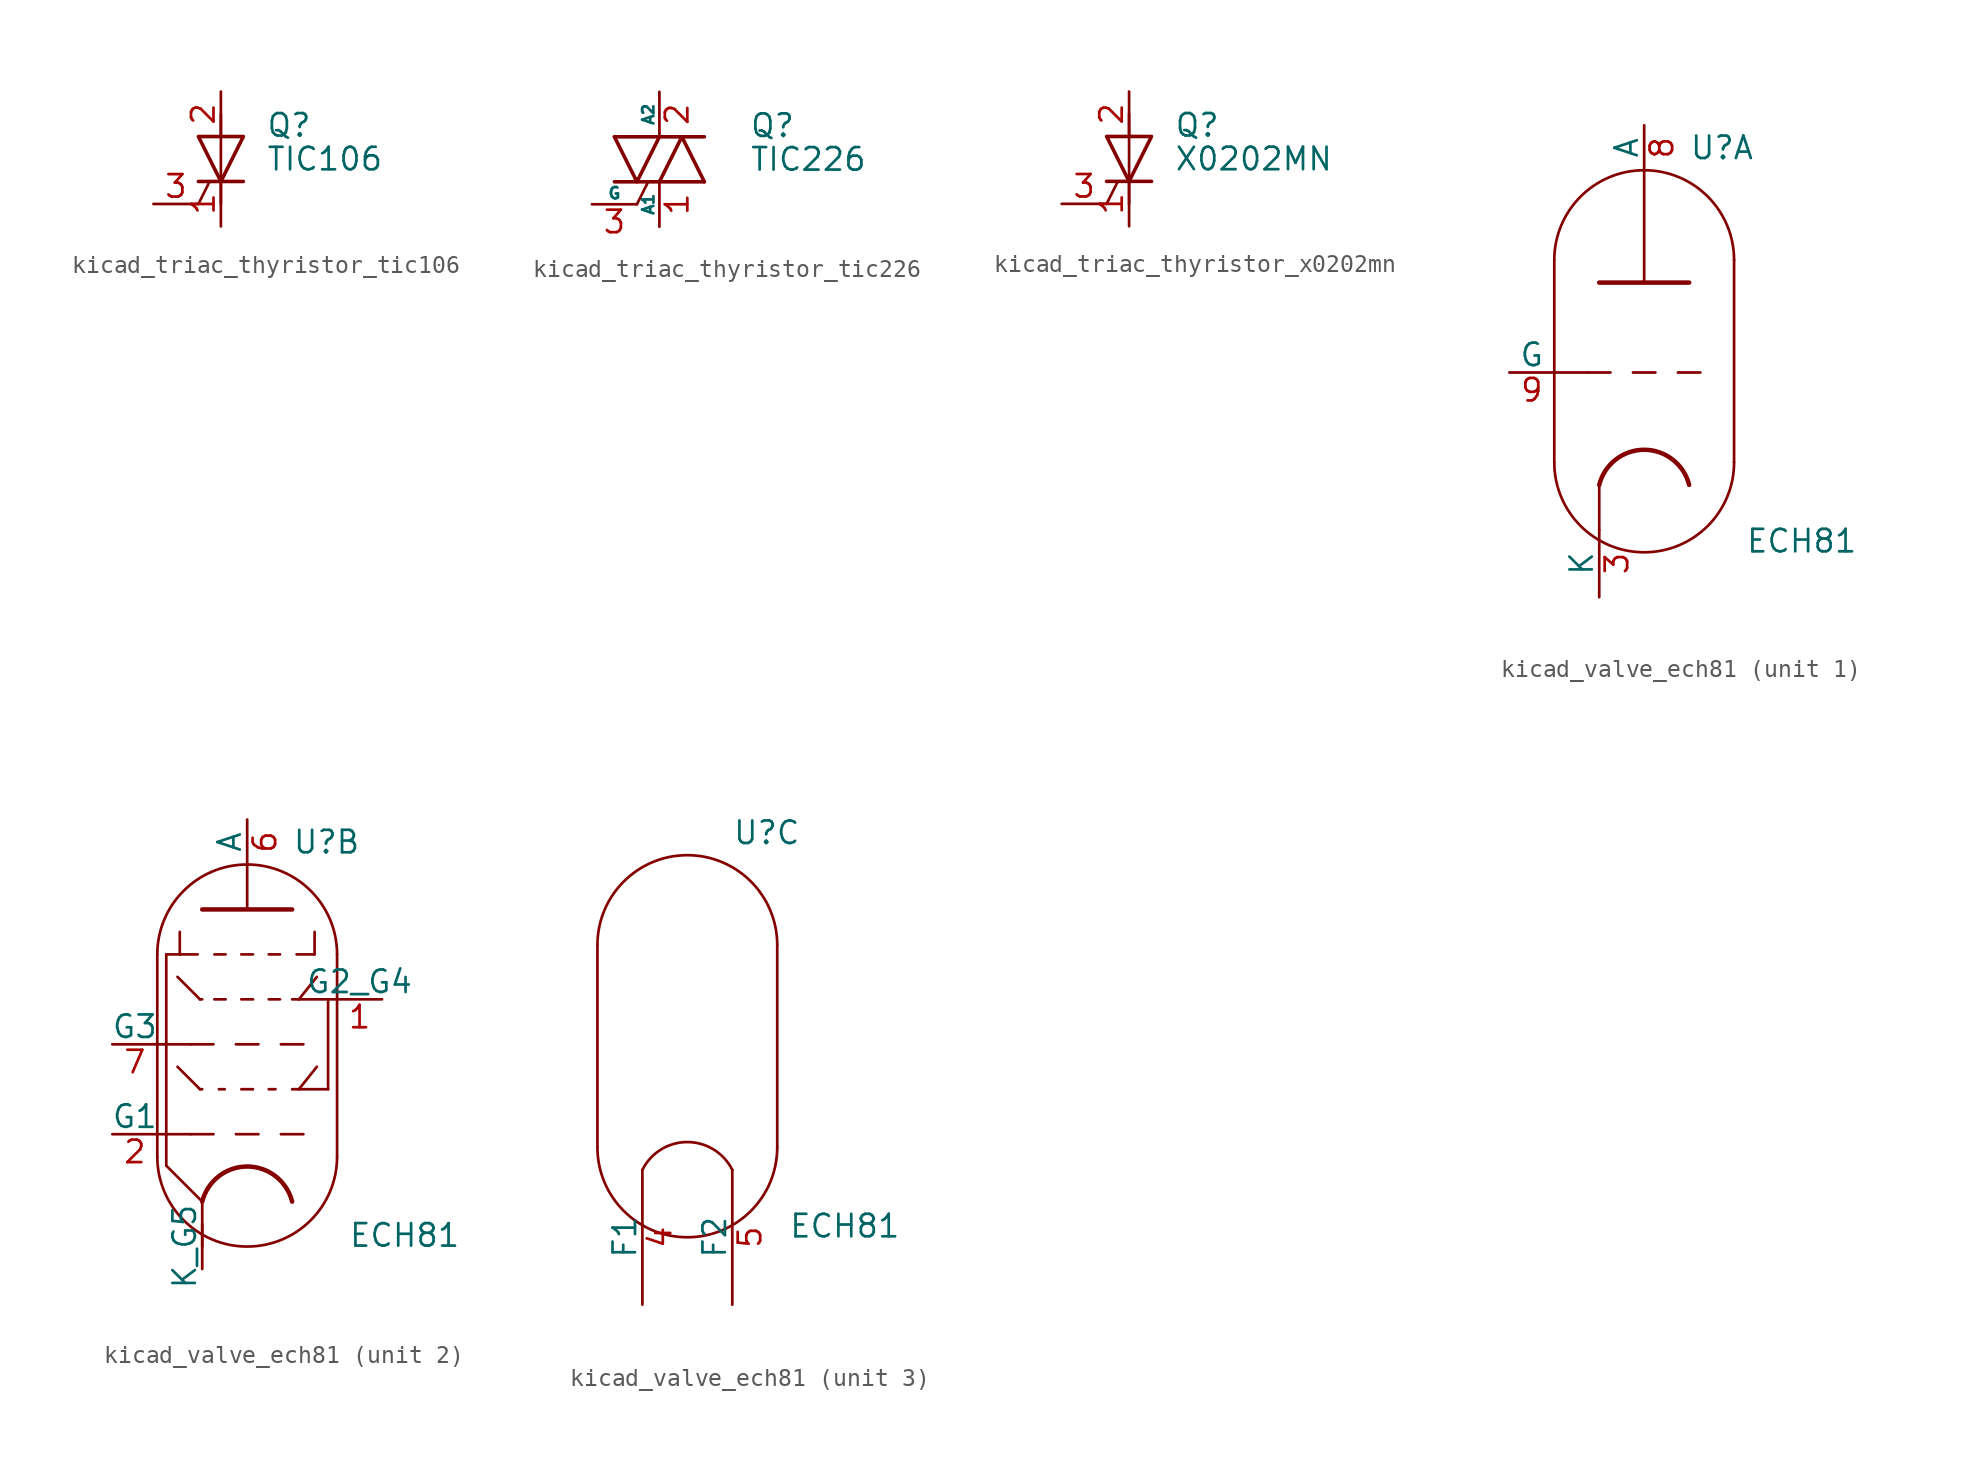
<source format=kicad_sym>
(kicad_symbol_lib
  (version 20220914)
  (generator kicad_symbol_editor)
  (symbol "kicad_triac_thyristor_tic106"
    (pin_names
      (offset 0) hide)
    (property "Reference" "Q"
      (at 2.54 1.905 0)
      (effects (font (size 1.27 1.27)) (justify left)))
    (property "Value" "TIC106"
      (at 2.54 0 0)
      (effects (font (size 1.27 1.27)) (justify left)))
    (symbol "kicad_triac_thyristor_tic106_0_1"
      (polyline (pts (xy -1.27 -2.54) (xy -0.635 -1.27)) (stroke (width 0) (type default)) (fill (type none)))
      (polyline (pts (xy -1.27 -1.27) (xy 1.27 -1.27)) (stroke (width 0.203) (type default)) (fill (type none)))
      (polyline (pts (xy 0 -2.54) (xy 0 2.54)) (stroke (width 0) (type default)) (fill (type none)))
      (polyline (pts (xy -1.27 1.27) (xy 1.27 1.27) (xy 0 -1.27) (xy -1.27 1.27)) (stroke (width 0.203) (type default)) (fill (type none))))
    (symbol "kicad_triac_thyristor_tic106_1_1"
      (pin passive line (at 0 -3.81 90) (length 2.54) (name "K" (effects (font (size 1.27 1.27)))) (number "1" (effects (font (size 1.27 1.27)))))
      (pin passive line (at 0 3.81 270) (length 2.54) (name "A" (effects (font (size 1.27 1.27)))) (number "2" (effects (font (size 1.27 1.27)))))
      (pin input line (at -3.81 -2.54 0) (length 2.54) (name "G" (effects (font (size 1.27 1.27)))) (number "3" (effects (font (size 1.27 1.27)))))))
  (symbol "kicad_triac_thyristor_tic226"
    (pin_names
      (offset 0))
    (property "Reference" "Q"
      (at 5.08 1.905 0)
      (effects (font (size 1.27 1.27)) (justify left)))
    (property "Value" "TIC226"
      (at 5.08 0 0)
      (effects (font (size 1.27 1.27)) (justify left)))
    (symbol "kicad_triac_thyristor_tic226_0_1"
      (polyline (pts (xy -2.54 -1.27) (xy 2.54 -1.27)) (stroke (width 0.203) (type default)) (fill (type none)))
      (polyline (pts (xy -2.54 1.27) (xy 2.54 1.27)) (stroke (width 0.203) (type default)) (fill (type none)))
      (polyline (pts (xy -1.27 -2.54) (xy -0.635 -1.27)) (stroke (width 0) (type default)) (fill (type none)))
      (polyline (pts (xy -2.54 1.27) (xy -1.27 -1.27) (xy 0 1.27)) (stroke (width 0.203) (type default)) (fill (type none)))
      (polyline (pts (xy 0 -1.27) (xy 1.27 1.27) (xy 2.54 -1.27)) (stroke (width 0.203) (type default)) (fill (type none))))
    (symbol "kicad_triac_thyristor_tic226_1_1"
      (pin passive line (at 0 -3.81 90) (length 2.54) (name "A1" (effects (font (size 0.635 0.635)))) (number "1" (effects (font (size 1.27 1.27)))))
      (pin passive line (at 0 3.81 270) (length 2.54) (name "A2" (effects (font (size 0.635 0.635)))) (number "2" (effects (font (size 1.27 1.27)))))
      (pin input line (at -3.81 -2.54 0) (length 2.54) (name "G" (effects (font (size 0.635 0.635)))) (number "3" (effects (font (size 1.27 1.27)))))))
  (symbol "kicad_triac_thyristor_x0202mn"
    (pin_names
      (offset 0) hide)
    (property "Reference" "Q"
      (at 2.54 1.905 0)
      (effects (font (size 1.27 1.27)) (justify left)))
    (property "Value" "X0202MN"
      (at 2.54 0 0)
      (effects (font (size 1.27 1.27)) (justify left)))
    (symbol "kicad_triac_thyristor_x0202mn_0_1"
      (polyline (pts (xy -1.27 -2.54) (xy -0.635 -1.27)) (stroke (width 0) (type default)) (fill (type none)))
      (polyline (pts (xy -1.27 -1.27) (xy 1.27 -1.27)) (stroke (width 0.203) (type default)) (fill (type none)))
      (polyline (pts (xy 0 -2.54) (xy 0 2.54)) (stroke (width 0) (type default)) (fill (type none)))
      (polyline (pts (xy -1.27 1.27) (xy 1.27 1.27) (xy 0 -1.27) (xy -1.27 1.27)) (stroke (width 0.203) (type default)) (fill (type none))))
    (symbol "kicad_triac_thyristor_x0202mn_1_1"
      (pin passive line (at 0 -3.81 90) (length 2.54) (name "K" (effects (font (size 1.27 1.27)))) (number "1" (effects (font (size 1.27 1.27)))))
      (pin passive line (at 0 3.81 270) (length 2.54) (name "A" (effects (font (size 1.27 1.27)))) (number "2" (effects (font (size 1.27 1.27)))))
      (pin input line (at -3.81 -2.54 0) (length 2.54) (name "G" (effects (font (size 1.27 1.27)))) (number "3" (effects (font (size 1.27 1.27)))))
      (pin passive line (at 0 3.81 270) (length 2.54) hide (name "A" (effects (font (size 1.27 1.27)))) (number "4" (effects (font (size 1.27 1.27)))))))
  (symbol "kicad_valve_ech81"
    (pin_names
      (offset 0))
    (property "Reference" "U"
      (at 2.54 12.7 0)
      (effects (font (size 1.27 1.27)) (justify left)))
    (property "Value" "ECH81"
      (at 5.715 -9.525 0)
      (effects (font (size 1.27 1.27)) (justify left)))
    (property "ki_locked" ""
      (at 0 0 0)
      (effects (font (size 1.27 1.27))))
    (symbol "kicad_valve_ech81_0_1"
      (arc (start -5.08 -5.08) (mid 0 -10.1379) (end 5.08 -5.08) (stroke (width 0) (type default)) (fill (type none)))
      (polyline (pts (xy -5.08 6.35) (xy -5.08 -5.08) (xy -5.08 -5.08)) (stroke (width 0) (type default)) (fill (type none)))
      (polyline (pts (xy 5.08 6.35) (xy 5.08 -5.08) (xy 5.08 -5.08)) (stroke (width 0) (type default)) (fill (type none)))
      (arc (start 5.08 6.35) (mid 0 11.4079) (end -5.08 6.35) (stroke (width 0) (type default)) (fill (type none))))
    (symbol "kicad_valve_ech81_1_0"
      (polyline (pts (xy -2.54 -6.35) (xy -2.54 -8.89)) (stroke (width 0) (type default)) (fill (type none))))
    (symbol "kicad_valve_ech81_1_1"
      (polyline (pts (xy -5.08 0) (xy -3.175 0)) (stroke (width 0) (type default)) (fill (type none)))
      (polyline (pts (xy -1.905 0) (xy -3.175 0)) (stroke (width 0.152) (type default)) (fill (type none)))
      (polyline (pts (xy -0.635 0) (xy 0.635 0)) (stroke (width 0.152) (type default)) (fill (type none)))
      (polyline (pts (xy 1.905 0) (xy 3.175 0)) (stroke (width 0.152) (type default)) (fill (type none)))
      (polyline (pts (xy -2.54 5.08) (xy 2.54 5.08) (xy 2.54 5.08)) (stroke (width 0.254) (type default)) (fill (type none)))
      (polyline (pts (xy 0 5.08) (xy 0 11.43) (xy 0 11.43)) (stroke (width 0) (type default)) (fill (type none)))
      (arc (start 2.54 -6.35) (mid 0 -4.3668) (end -2.54 -6.35) (stroke (width 0.254) (type default)) (fill (type none)))
      (pin bidirectional line (at -2.54 -12.7 90) (length 3.81) (name "K" (effects (font (size 1.27 1.27)))) (number "3" (effects (font (size 1.27 1.27)))))
      (pin output line (at 0 13.97 270) (length 2.54) (name "A" (effects (font (size 1.27 1.27)))) (number "8" (effects (font (size 1.27 1.27)))))
      (pin input line (at -7.62 0 0) (length 2.54) (name "G" (effects (font (size 1.27 1.27)))) (number "9" (effects (font (size 1.27 1.27))))))
    (symbol "kicad_valve_ech81_2_0"
      (polyline (pts (xy -5.08 -3.81) (xy -3.175 -3.81)) (stroke (width 0) (type default)) (fill (type none)))
      (polyline (pts (xy -5.08 1.27) (xy -3.175 1.27)) (stroke (width 0) (type default)) (fill (type none)))
      (polyline (pts (xy -2.54 -7.62) (xy -2.54 -10.16)) (stroke (width 0) (type default)) (fill (type none)))
      (polyline (pts (xy 0 8.89) (xy 0 11.43)) (stroke (width 0) (type default)) (fill (type none)))
      (polyline (pts (xy 4.572 3.81) (xy 5.08 3.81)) (stroke (width 0) (type default)) (fill (type none))))
    (symbol "kicad_valve_ech81_2_1"
      (polyline (pts (xy -4.572 -5.588) (xy -2.54 -7.62)) (stroke (width 0.152) (type default)) (fill (type none)))
      (polyline (pts (xy -4.572 6.35) (xy -4.572 -5.588)) (stroke (width 0.152) (type default)) (fill (type none)))
      (polyline (pts (xy -3.937 0) (xy -2.667 -1.27)) (stroke (width 0.152) (type default)) (fill (type none)))
      (polyline (pts (xy -3.937 5.08) (xy -2.667 3.81)) (stroke (width 0.152) (type default)) (fill (type none)))
      (polyline (pts (xy -3.81 6.35) (xy -4.572 6.35)) (stroke (width 0.152) (type default)) (fill (type none)))
      (polyline (pts (xy -3.81 6.35) (xy -2.794 6.35)) (stroke (width 0.152) (type default)) (fill (type none)))
      (polyline (pts (xy -3.81 7.62) (xy -3.81 6.35)) (stroke (width 0.152) (type default)) (fill (type none)))
      (polyline (pts (xy -2.667 -1.27) (xy -2.54 -1.27)) (stroke (width 0.152) (type default)) (fill (type none)))
      (polyline (pts (xy -2.667 3.81) (xy -2.54 3.81)) (stroke (width 0.152) (type default)) (fill (type none)))
      (polyline (pts (xy -1.905 -3.81) (xy -3.175 -3.81)) (stroke (width 0.152) (type default)) (fill (type none)))
      (polyline (pts (xy -1.905 1.27) (xy -3.175 1.27)) (stroke (width 0.152) (type default)) (fill (type none)))
      (polyline (pts (xy -1.854 3.81) (xy -1.219 3.81)) (stroke (width 0.152) (type default)) (fill (type none)))
      (polyline (pts (xy -1.854 6.35) (xy -1.219 6.35)) (stroke (width 0.152) (type default)) (fill (type none)))
      (polyline (pts (xy -1.27 -1.27) (xy -1.6 -1.27)) (stroke (width 0.152) (type default)) (fill (type none)))
      (polyline (pts (xy -0.635 -3.81) (xy 0.635 -3.81)) (stroke (width 0.152) (type default)) (fill (type none)))
      (polyline (pts (xy -0.635 1.27) (xy 0.635 1.27)) (stroke (width 0.152) (type default)) (fill (type none)))
      (polyline (pts (xy -0.33 -1.27) (xy 0.33 -1.27)) (stroke (width 0.152) (type default)) (fill (type none)))
      (polyline (pts (xy -0.33 3.81) (xy 0.33 3.81)) (stroke (width 0.152) (type default)) (fill (type none)))
      (polyline (pts (xy -0.33 6.35) (xy 0.33 6.35)) (stroke (width 0.152) (type default)) (fill (type none)))
      (polyline (pts (xy 1.219 -1.27) (xy 1.6 -1.27)) (stroke (width 0.152) (type default)) (fill (type none)))
      (polyline (pts (xy 1.219 3.81) (xy 1.854 3.81)) (stroke (width 0.152) (type default)) (fill (type none)))
      (polyline (pts (xy 1.219 6.35) (xy 1.854 6.35)) (stroke (width 0.152) (type default)) (fill (type none)))
      (polyline (pts (xy 1.905 -3.81) (xy 3.175 -3.81)) (stroke (width 0.152) (type default)) (fill (type none)))
      (polyline (pts (xy 1.905 1.27) (xy 3.175 1.27)) (stroke (width 0.152) (type default)) (fill (type none)))
      (polyline (pts (xy 2.54 -1.27) (xy 2.921 -1.27)) (stroke (width 0.152) (type default)) (fill (type none)))
      (polyline (pts (xy 2.54 3.81) (xy 2.921 3.81)) (stroke (width 0.152) (type default)) (fill (type none)))
      (polyline (pts (xy 2.921 3.81) (xy 4.572 3.81)) (stroke (width 0) (type default)) (fill (type none)))
      (polyline (pts (xy 3.81 6.35) (xy 2.794 6.35)) (stroke (width 0.152) (type default)) (fill (type none)))
      (polyline (pts (xy 3.81 7.62) (xy 3.81 6.35)) (stroke (width 0.152) (type default)) (fill (type none)))
      (polyline (pts (xy 3.937 0) (xy 2.921 -1.27)) (stroke (width 0.152) (type default)) (fill (type none)))
      (polyline (pts (xy 3.937 5.08) (xy 2.921 3.81)) (stroke (width 0.152) (type default)) (fill (type none)))
      (polyline (pts (xy 4.572 -1.27) (xy 2.921 -1.27)) (stroke (width 0) (type default)) (fill (type none)))
      (polyline (pts (xy 4.572 3.81) (xy 4.572 -1.27)) (stroke (width 0) (type default)) (fill (type none)))
      (polyline (pts (xy -2.54 8.89) (xy 2.54 8.89) (xy 2.54 8.89) (xy 2.54 8.89)) (stroke (width 0.254) (type default)) (fill (type none)))
      (arc (start 2.54 -7.62) (mid 0 -5.6368) (end -2.54 -7.62) (stroke (width 0.254) (type default)) (fill (type none)))
      (pin input line (at 7.62 3.81 180) (length 2.54) (name "G2_G4" (effects (font (size 1.27 1.27)))) (number "1" (effects (font (size 1.27 1.27)))))
      (pin input line (at -7.62 -3.81 0) (length 2.54) (name "G1" (effects (font (size 1.27 1.27)))) (number "2" (effects (font (size 1.27 1.27)))))
      (pin output line (at 0 13.97 270) (length 2.54) (name "A" (effects (font (size 1.27 1.27)))) (number "6" (effects (font (size 1.27 1.27)))))
      (pin input line (at -7.62 1.27 0) (length 2.54) (name "G3" (effects (font (size 1.27 1.27)))) (number "7" (effects (font (size 1.27 1.27)))))
      (pin bidirectional line (at -2.54 -11.43 90) (length 2.54) (name "K_G5" (effects (font (size 1.27 1.27)))) (number "~" (effects (font (size 1.27 1.27))))))
    (symbol "kicad_valve_ech81_3_1"
      (arc (start 2.54 -6.35) (mid 0 -4.7802) (end -2.54 -6.35) (stroke (width 0) (type default)) (fill (type none)))
      (pin power_in line (at -2.54 -13.97 90) (length 7.62) (name "F1" (effects (font (size 1.27 1.27)))) (number "4" (effects (font (size 1.27 1.27)))))
      (pin power_in line (at 2.54 -13.97 90) (length 7.62) (name "F2" (effects (font (size 1.27 1.27)))) (number "5" (effects (font (size 1.27 1.27))))))))
</source>
